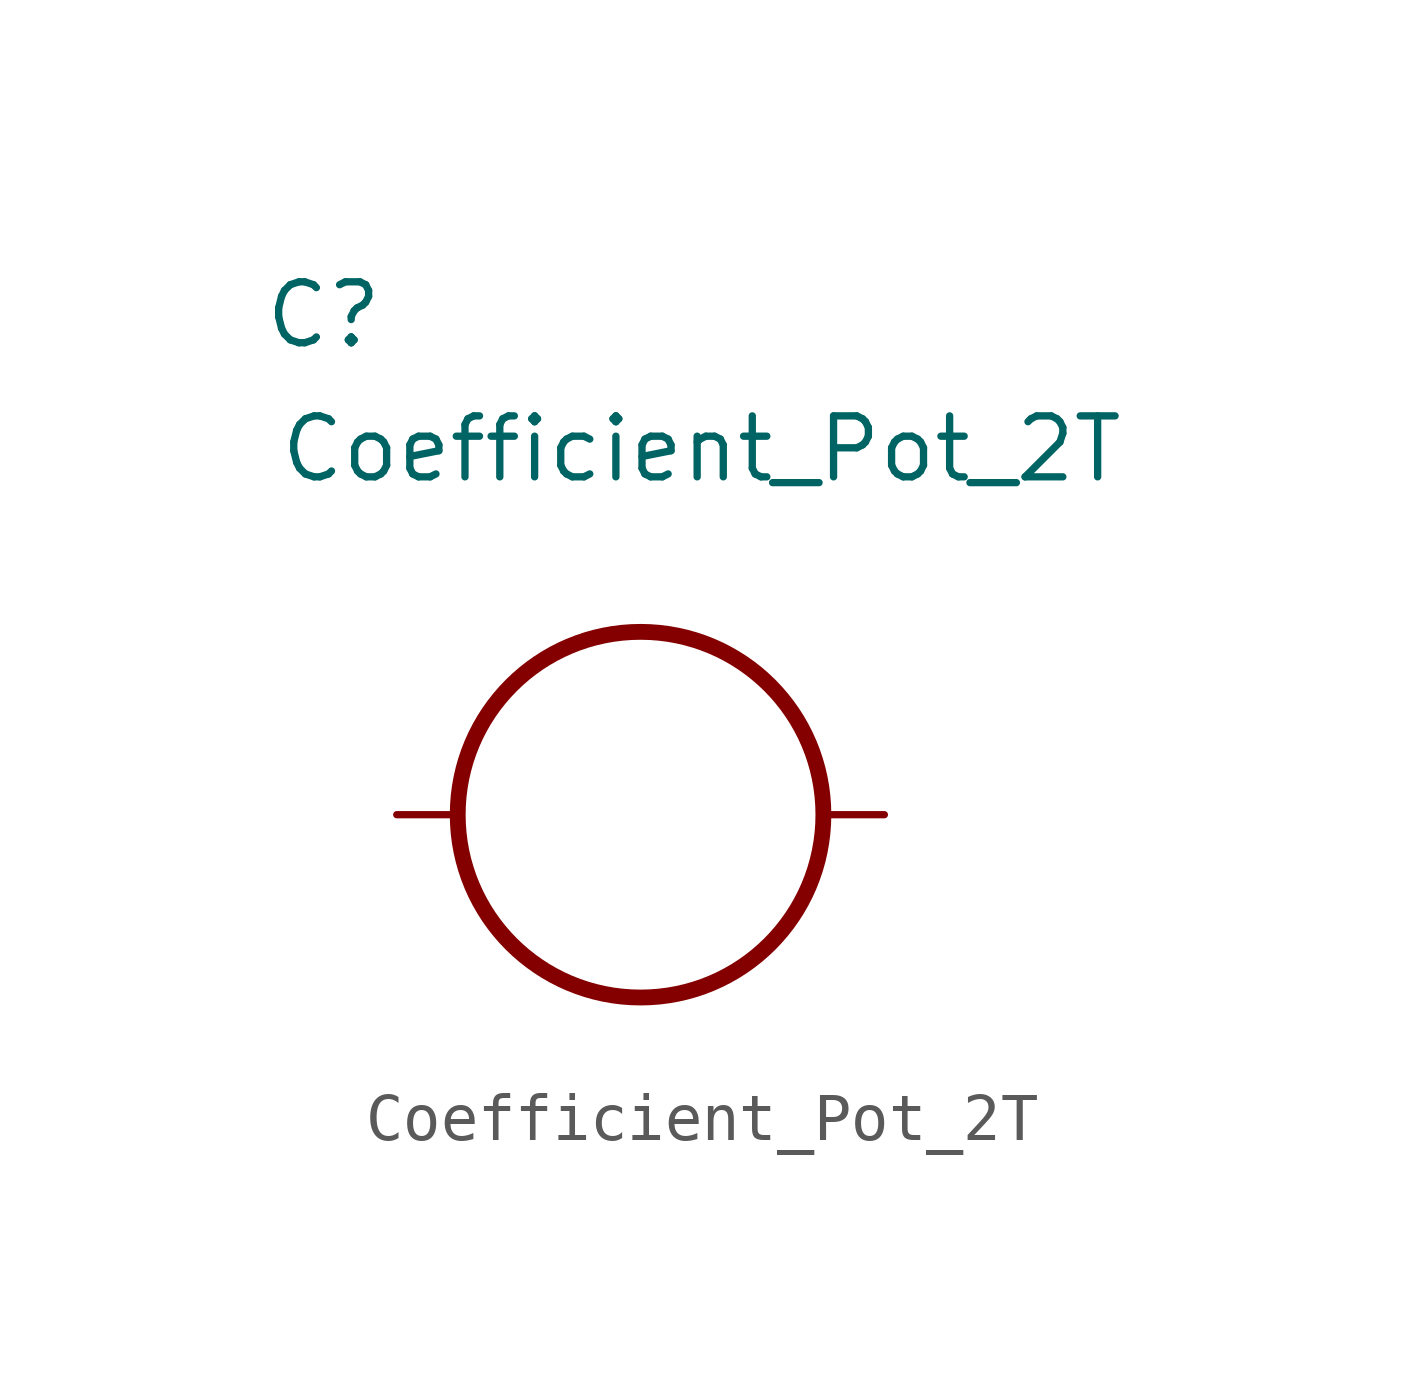
<source format=kicad_sym>
(kicad_symbol_lib
  (version 20211014)
  (generator kicad_symbol_editor)
  (symbol "Coefficient_Pot_2T"
    (property "Reference" "C"
      (at -6.604 10.414 0)
      (effects (font (size 1.27 1.27))))
    (property "Value" "Coefficient_Pot_2T"
      (at 1.27 7.62 0)
      (effects (font (size 1.27 1.27))))
    (symbol "Coefficient_Pot_2T_0_1"
      (circle (center 0 0) (radius 3.81) (stroke (width 0.33) (type default) (color 0 0 0 0)) (fill (type none))))
    (symbol "Coefficient_Pot_2T_1_1"
      (pin input line (at -5.08 0 0) (length 1.27) (name "" (effects (font (size 1.27 1.27)))) (number "" (effects (font (size 1.27 1.27)))))
      (pin output line (at 5.08 0 180) (length 1.27) (name "" (effects (font (size 1.27 1.27)))) (number "" (effects (font (size 1.27 1.27))))))))
</source>
